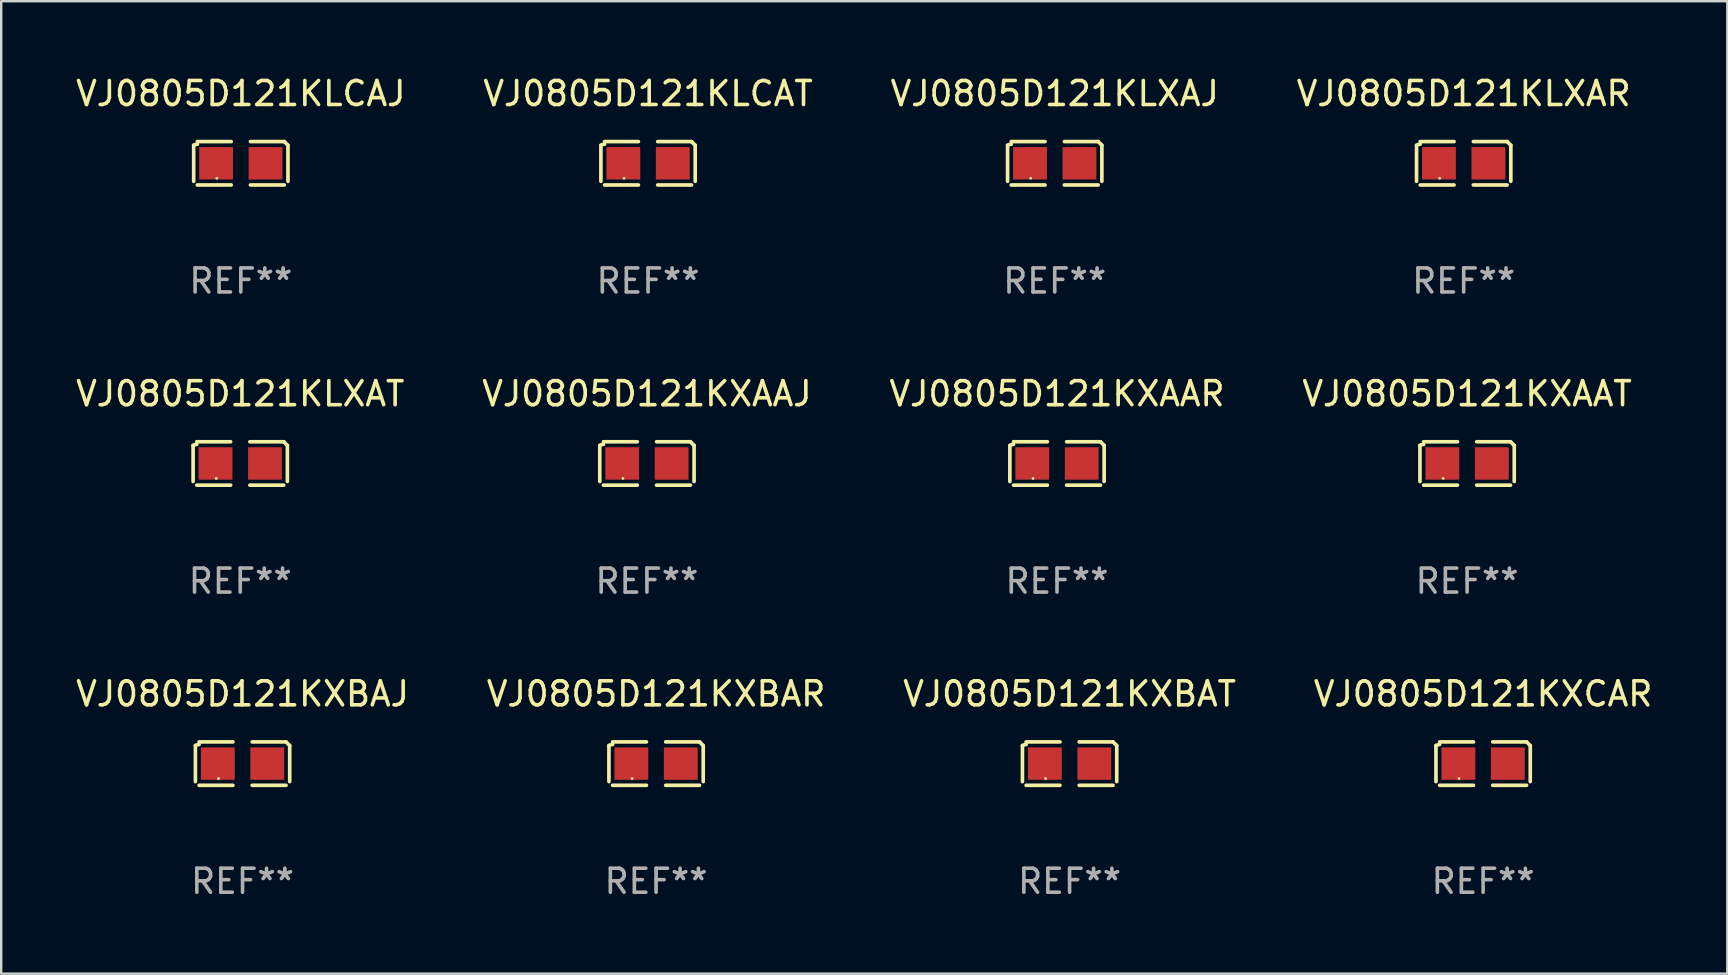
<source format=kicad_pcb>
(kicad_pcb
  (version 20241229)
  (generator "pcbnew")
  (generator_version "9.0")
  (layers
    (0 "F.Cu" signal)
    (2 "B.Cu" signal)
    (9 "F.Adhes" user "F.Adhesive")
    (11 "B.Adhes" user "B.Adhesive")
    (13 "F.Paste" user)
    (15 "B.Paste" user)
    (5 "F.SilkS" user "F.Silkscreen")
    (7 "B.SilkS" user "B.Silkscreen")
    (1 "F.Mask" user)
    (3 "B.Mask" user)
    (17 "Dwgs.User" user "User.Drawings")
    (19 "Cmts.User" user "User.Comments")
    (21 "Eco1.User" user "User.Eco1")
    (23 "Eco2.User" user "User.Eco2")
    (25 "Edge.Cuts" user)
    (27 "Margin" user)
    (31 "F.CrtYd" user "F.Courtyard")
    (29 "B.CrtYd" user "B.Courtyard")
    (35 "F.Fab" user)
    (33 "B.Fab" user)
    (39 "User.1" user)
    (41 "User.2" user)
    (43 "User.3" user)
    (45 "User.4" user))
  (footprint "VJ0805D121KXAAT"
    (layer "F.Cu")
    (at 58.065 16.256)
    (property "Reference" "VJ0805D121KXAAT" (at 0 -2.904 0) (layer "F.SilkS") (effects (font (size 1 1) (thickness 0.15))))
    (attr through_hole)
    (fp_line (start -1.964 0.751) (end -1.964 -0.751) (stroke (width 0.152) (type solid)) (layer "F.SilkS"))
    (fp_line (start -1.811 -0.904) (end -0.401 -0.904) (stroke (width 0.152) (type solid)) (layer "F.SilkS"))
    (fp_line (start -0.401 0.904) (end -1.811 0.904) (stroke (width 0.152) (type solid)) (layer "F.SilkS"))
    (fp_line (start 0.401 0.904) (end 1.811 0.904) (stroke (width 0.152) (type solid)) (layer "F.SilkS"))
    (fp_line (start 1.811 -0.904) (end 0.401 -0.904) (stroke (width 0.152) (type solid)) (layer "F.SilkS"))
    (fp_line (start 1.964 0.751) (end 1.964 -0.751) (stroke (width 0.152) (type solid)) (layer "F.SilkS"))
    (fp_arc (start -1.963602 -0.751207) (mid -1.890354 -0.783131) (end -1.811201 -0.794044) (stroke (width 0.1524) (type solid)) (layer "F.SilkS"))
    (fp_arc (start 1.811202 -0.903607) (mid 1.887413 -0.827418) (end 1.963602 -0.751207) (stroke (width 0.1524) (type solid)) (layer "F.SilkS"))
    (fp_circle (center -1 0.625) (end -0.97 0.625) (stroke (width 0.06) (type solid)) (fill no) (layer "F.SilkS"))
    (fp_text user "REF**" (at 0 4.904 0) (layer "F.Fab") (effects (font (size 1 1) (thickness 0.15))))
    (pad "1" smd rect (at -1.03 0) (size 1.41 1.35) (layers "F.Cu" "F.Mask" "F.Paste"))
    (pad "2" smd rect (at 1.03 0) (size 1.41 1.35) (layers "F.Cu" "F.Mask" "F.Paste")))
  (footprint "VJ0805D121KXCAR"
    (layer "F.Cu")
    (at 58.732 28.759)
    (property "Reference" "VJ0805D121KXCAR" (at 0 -2.904 0) (layer "F.SilkS") (effects (font (size 1 1) (thickness 0.15))))
    (attr through_hole)
    (fp_line (start -1.964 0.751) (end -1.964 -0.751) (stroke (width 0.152) (type solid)) (layer "F.SilkS"))
    (fp_line (start -1.811 -0.904) (end -0.401 -0.904) (stroke (width 0.152) (type solid)) (layer "F.SilkS"))
    (fp_line (start -0.401 0.904) (end -1.811 0.904) (stroke (width 0.152) (type solid)) (layer "F.SilkS"))
    (fp_line (start 0.401 0.904) (end 1.811 0.904) (stroke (width 0.152) (type solid)) (layer "F.SilkS"))
    (fp_line (start 1.811 -0.904) (end 0.401 -0.904) (stroke (width 0.152) (type solid)) (layer "F.SilkS"))
    (fp_line (start 1.964 0.751) (end 1.964 -0.751) (stroke (width 0.152) (type solid)) (layer "F.SilkS"))
    (fp_arc (start -1.963602 -0.751207) (mid -1.890354 -0.783131) (end -1.811201 -0.794044) (stroke (width 0.1524) (type solid)) (layer "F.SilkS"))
    (fp_arc (start 1.811202 -0.903607) (mid 1.887413 -0.827418) (end 1.963602 -0.751207) (stroke (width 0.1524) (type solid)) (layer "F.SilkS"))
    (fp_circle (center -1 0.625) (end -0.97 0.625) (stroke (width 0.06) (type solid)) (fill no) (layer "F.SilkS"))
    (fp_text user "REF**" (at 0 4.904 0) (layer "F.Fab") (effects (font (size 1 1) (thickness 0.15))))
    (pad "1" smd rect (at -1.03 0) (size 1.41 1.35) (layers "F.Cu" "F.Mask" "F.Paste"))
    (pad "2" smd rect (at 1.03 0) (size 1.41 1.35) (layers "F.Cu" "F.Mask" "F.Paste")))
  (footprint "VJ0805D121KLXAR"
    (layer "F.Cu")
    (at 57.923 3.752)
    (property "Reference" "VJ0805D121KLXAR" (at 0 -2.904 0) (layer "F.SilkS") (effects (font (size 1 1) (thickness 0.15))))
    (attr through_hole)
    (fp_line (start -1.964 0.751) (end -1.964 -0.751) (stroke (width 0.152) (type solid)) (layer "F.SilkS"))
    (fp_line (start -1.811 -0.904) (end -0.401 -0.904) (stroke (width 0.152) (type solid)) (layer "F.SilkS"))
    (fp_line (start -0.401 0.904) (end -1.811 0.904) (stroke (width 0.152) (type solid)) (layer "F.SilkS"))
    (fp_line (start 0.401 0.904) (end 1.811 0.904) (stroke (width 0.152) (type solid)) (layer "F.SilkS"))
    (fp_line (start 1.811 -0.904) (end 0.401 -0.904) (stroke (width 0.152) (type solid)) (layer "F.SilkS"))
    (fp_line (start 1.964 0.751) (end 1.964 -0.751) (stroke (width 0.152) (type solid)) (layer "F.SilkS"))
    (fp_arc (start -1.963602 -0.751207) (mid -1.890354 -0.783131) (end -1.811201 -0.794044) (stroke (width 0.1524) (type solid)) (layer "F.SilkS"))
    (fp_arc (start 1.811202 -0.903607) (mid 1.887413 -0.827418) (end 1.963602 -0.751207) (stroke (width 0.1524) (type solid)) (layer "F.SilkS"))
    (fp_circle (center -1 0.625) (end -0.97 0.625) (stroke (width 0.06) (type solid)) (fill no) (layer "F.SilkS"))
    (fp_text user "REF**" (at 0 4.904 0) (layer "F.Fab") (effects (font (size 1 1) (thickness 0.15))))
    (pad "1" smd rect (at -1.03 0) (size 1.41 1.35) (layers "F.Cu" "F.Mask" "F.Paste"))
    (pad "2" smd rect (at 1.03 0) (size 1.41 1.35) (layers "F.Cu" "F.Mask" "F.Paste")))
  (footprint "VJ0805D121KXBAR"
    (layer "F.Cu")
    (at 24.28 28.759)
    (property "Reference" "VJ0805D121KXBAR" (at 0 -2.904 0) (layer "F.SilkS") (effects (font (size 1 1) (thickness 0.15))))
    (attr through_hole)
    (fp_line (start -1.964 0.751) (end -1.964 -0.751) (stroke (width 0.152) (type solid)) (layer "F.SilkS"))
    (fp_line (start -1.811 -0.904) (end -0.401 -0.904) (stroke (width 0.152) (type solid)) (layer "F.SilkS"))
    (fp_line (start -0.401 0.904) (end -1.811 0.904) (stroke (width 0.152) (type solid)) (layer "F.SilkS"))
    (fp_line (start 0.401 0.904) (end 1.811 0.904) (stroke (width 0.152) (type solid)) (layer "F.SilkS"))
    (fp_line (start 1.811 -0.904) (end 0.401 -0.904) (stroke (width 0.152) (type solid)) (layer "F.SilkS"))
    (fp_line (start 1.964 0.751) (end 1.964 -0.751) (stroke (width 0.152) (type solid)) (layer "F.SilkS"))
    (fp_arc (start -1.963602 -0.751207) (mid -1.890354 -0.783131) (end -1.811201 -0.794044) (stroke (width 0.1524) (type solid)) (layer "F.SilkS"))
    (fp_arc (start 1.811202 -0.903607) (mid 1.887413 -0.827418) (end 1.963602 -0.751207) (stroke (width 0.1524) (type solid)) (layer "F.SilkS"))
    (fp_circle (center -1 0.625) (end -0.97 0.625) (stroke (width 0.06) (type solid)) (fill no) (layer "F.SilkS"))
    (fp_text user "REF**" (at 0 4.904 0) (layer "F.Fab") (effects (font (size 1 1) (thickness 0.15))))
    (pad "1" smd rect (at -1.03 0) (size 1.41 1.35) (layers "F.Cu" "F.Mask" "F.Paste"))
    (pad "2" smd rect (at 1.03 0) (size 1.41 1.35) (layers "F.Cu" "F.Mask" "F.Paste")))
  (footprint "VJ0805D121KXAAR"
    (layer "F.Cu")
    (at 40.982 16.256)
    (property "Reference" "VJ0805D121KXAAR" (at 0 -2.904 0) (layer "F.SilkS") (effects (font (size 1 1) (thickness 0.15))))
    (attr through_hole)
    (fp_line (start -1.964 0.751) (end -1.964 -0.751) (stroke (width 0.152) (type solid)) (layer "F.SilkS"))
    (fp_line (start -1.811 -0.904) (end -0.401 -0.904) (stroke (width 0.152) (type solid)) (layer "F.SilkS"))
    (fp_line (start -0.401 0.904) (end -1.811 0.904) (stroke (width 0.152) (type solid)) (layer "F.SilkS"))
    (fp_line (start 0.401 0.904) (end 1.811 0.904) (stroke (width 0.152) (type solid)) (layer "F.SilkS"))
    (fp_line (start 1.811 -0.904) (end 0.401 -0.904) (stroke (width 0.152) (type solid)) (layer "F.SilkS"))
    (fp_line (start 1.964 0.751) (end 1.964 -0.751) (stroke (width 0.152) (type solid)) (layer "F.SilkS"))
    (fp_arc (start -1.963602 -0.751207) (mid -1.890354 -0.783131) (end -1.811201 -0.794044) (stroke (width 0.1524) (type solid)) (layer "F.SilkS"))
    (fp_arc (start 1.811202 -0.903607) (mid 1.887413 -0.827418) (end 1.963602 -0.751207) (stroke (width 0.1524) (type solid)) (layer "F.SilkS"))
    (fp_circle (center -1 0.625) (end -0.97 0.625) (stroke (width 0.06) (type solid)) (fill no) (layer "F.SilkS"))
    (fp_text user "REF**" (at 0 4.904 0) (layer "F.Fab") (effects (font (size 1 1) (thickness 0.15))))
    (pad "1" smd rect (at -1.03 0) (size 1.41 1.35) (layers "F.Cu" "F.Mask" "F.Paste"))
    (pad "2" smd rect (at 1.03 0) (size 1.41 1.35) (layers "F.Cu" "F.Mask" "F.Paste")))
  (footprint "VJ0805D121KLCAJ"
    (layer "F.Cu")
    (at 6.982 3.752)
    (property "Reference" "VJ0805D121KLCAJ" (at 0 -2.904 0) (layer "F.SilkS") (effects (font (size 1 1) (thickness 0.15))))
    (attr through_hole)
    (fp_line (start -1.964 0.751) (end -1.964 -0.751) (stroke (width 0.152) (type solid)) (layer "F.SilkS"))
    (fp_line (start -1.811 -0.904) (end -0.401 -0.904) (stroke (width 0.152) (type solid)) (layer "F.SilkS"))
    (fp_line (start -0.401 0.904) (end -1.811 0.904) (stroke (width 0.152) (type solid)) (layer "F.SilkS"))
    (fp_line (start 0.401 0.904) (end 1.811 0.904) (stroke (width 0.152) (type solid)) (layer "F.SilkS"))
    (fp_line (start 1.811 -0.904) (end 0.401 -0.904) (stroke (width 0.152) (type solid)) (layer "F.SilkS"))
    (fp_line (start 1.964 0.751) (end 1.964 -0.751) (stroke (width 0.152) (type solid)) (layer "F.SilkS"))
    (fp_arc (start -1.963602 -0.751207) (mid -1.890354 -0.783131) (end -1.811201 -0.794044) (stroke (width 0.1524) (type solid)) (layer "F.SilkS"))
    (fp_arc (start 1.811202 -0.903607) (mid 1.887413 -0.827418) (end 1.963602 -0.751207) (stroke (width 0.1524) (type solid)) (layer "F.SilkS"))
    (fp_circle (center -1 0.625) (end -0.97 0.625) (stroke (width 0.06) (type solid)) (fill no) (layer "F.SilkS"))
    (fp_text user "REF**" (at 0 4.904 0) (layer "F.Fab") (effects (font (size 1 1) (thickness 0.15))))
    (pad "1" smd rect (at -1.03 0) (size 1.41 1.35) (layers "F.Cu" "F.Mask" "F.Paste"))
    (pad "2" smd rect (at 1.03 0) (size 1.41 1.35) (layers "F.Cu" "F.Mask" "F.Paste")))
  (footprint "VJ0805D121KLXAJ"
    (layer "F.Cu")
    (at 40.887 3.752)
    (property "Reference" "VJ0805D121KLXAJ" (at 0 -2.904 0) (layer "F.SilkS") (effects (font (size 1 1) (thickness 0.15))))
    (attr through_hole)
    (fp_line (start -1.964 0.751) (end -1.964 -0.751) (stroke (width 0.152) (type solid)) (layer "F.SilkS"))
    (fp_line (start -1.811 -0.904) (end -0.401 -0.904) (stroke (width 0.152) (type solid)) (layer "F.SilkS"))
    (fp_line (start -0.401 0.904) (end -1.811 0.904) (stroke (width 0.152) (type solid)) (layer "F.SilkS"))
    (fp_line (start 0.401 0.904) (end 1.811 0.904) (stroke (width 0.152) (type solid)) (layer "F.SilkS"))
    (fp_line (start 1.811 -0.904) (end 0.401 -0.904) (stroke (width 0.152) (type solid)) (layer "F.SilkS"))
    (fp_line (start 1.964 0.751) (end 1.964 -0.751) (stroke (width 0.152) (type solid)) (layer "F.SilkS"))
    (fp_arc (start -1.963602 -0.751207) (mid -1.890354 -0.783131) (end -1.811201 -0.794044) (stroke (width 0.1524) (type solid)) (layer "F.SilkS"))
    (fp_arc (start 1.811202 -0.903607) (mid 1.887413 -0.827418) (end 1.963602 -0.751207) (stroke (width 0.1524) (type solid)) (layer "F.SilkS"))
    (fp_circle (center -1 0.625) (end -0.97 0.625) (stroke (width 0.06) (type solid)) (fill no) (layer "F.SilkS"))
    (fp_text user "REF**" (at 0 4.904 0) (layer "F.Fab") (effects (font (size 1 1) (thickness 0.15))))
    (pad "1" smd rect (at -1.03 0) (size 1.41 1.35) (layers "F.Cu" "F.Mask" "F.Paste"))
    (pad "2" smd rect (at 1.03 0) (size 1.41 1.35) (layers "F.Cu" "F.Mask" "F.Paste")))
  (footprint "VJ0805D121KLXAT"
    (layer "F.Cu")
    (at 6.958 16.256)
    (property "Reference" "VJ0805D121KLXAT" (at 0 -2.904 0) (layer "F.SilkS") (effects (font (size 1 1) (thickness 0.15))))
    (attr through_hole)
    (fp_line (start -1.964 0.751) (end -1.964 -0.751) (stroke (width 0.152) (type solid)) (layer "F.SilkS"))
    (fp_line (start -1.811 -0.904) (end -0.401 -0.904) (stroke (width 0.152) (type solid)) (layer "F.SilkS"))
    (fp_line (start -0.401 0.904) (end -1.811 0.904) (stroke (width 0.152) (type solid)) (layer "F.SilkS"))
    (fp_line (start 0.401 0.904) (end 1.811 0.904) (stroke (width 0.152) (type solid)) (layer "F.SilkS"))
    (fp_line (start 1.811 -0.904) (end 0.401 -0.904) (stroke (width 0.152) (type solid)) (layer "F.SilkS"))
    (fp_line (start 1.964 0.751) (end 1.964 -0.751) (stroke (width 0.152) (type solid)) (layer "F.SilkS"))
    (fp_arc (start -1.963602 -0.751207) (mid -1.890354 -0.783131) (end -1.811201 -0.794044) (stroke (width 0.1524) (type solid)) (layer "F.SilkS"))
    (fp_arc (start 1.811202 -0.903607) (mid 1.887413 -0.827418) (end 1.963602 -0.751207) (stroke (width 0.1524) (type solid)) (layer "F.SilkS"))
    (fp_circle (center -1 0.625) (end -0.97 0.625) (stroke (width 0.06) (type solid)) (fill no) (layer "F.SilkS"))
    (fp_text user "REF**" (at 0 4.904 0) (layer "F.Fab") (effects (font (size 1 1) (thickness 0.15))))
    (pad "1" smd rect (at -1.03 0) (size 1.41 1.35) (layers "F.Cu" "F.Mask" "F.Paste"))
    (pad "2" smd rect (at 1.03 0) (size 1.41 1.35) (layers "F.Cu" "F.Mask" "F.Paste")))
  (footprint "VJ0805D121KXBAT"
    (layer "F.Cu")
    (at 41.506 28.759)
    (property "Reference" "VJ0805D121KXBAT" (at 0 -2.904 0) (layer "F.SilkS") (effects (font (size 1 1) (thickness 0.15))))
    (attr through_hole)
    (fp_line (start -1.964 0.751) (end -1.964 -0.751) (stroke (width 0.152) (type solid)) (layer "F.SilkS"))
    (fp_line (start -1.811 -0.904) (end -0.401 -0.904) (stroke (width 0.152) (type solid)) (layer "F.SilkS"))
    (fp_line (start -0.401 0.904) (end -1.811 0.904) (stroke (width 0.152) (type solid)) (layer "F.SilkS"))
    (fp_line (start 0.401 0.904) (end 1.811 0.904) (stroke (width 0.152) (type solid)) (layer "F.SilkS"))
    (fp_line (start 1.811 -0.904) (end 0.401 -0.904) (stroke (width 0.152) (type solid)) (layer "F.SilkS"))
    (fp_line (start 1.964 0.751) (end 1.964 -0.751) (stroke (width 0.152) (type solid)) (layer "F.SilkS"))
    (fp_arc (start -1.963602 -0.751207) (mid -1.890354 -0.783131) (end -1.811201 -0.794044) (stroke (width 0.1524) (type solid)) (layer "F.SilkS"))
    (fp_arc (start 1.811202 -0.903607) (mid 1.887413 -0.827418) (end 1.963602 -0.751207) (stroke (width 0.1524) (type solid)) (layer "F.SilkS"))
    (fp_circle (center -1 0.625) (end -0.97 0.625) (stroke (width 0.06) (type solid)) (fill no) (layer "F.SilkS"))
    (fp_text user "REF**" (at 0 4.904 0) (layer "F.Fab") (effects (font (size 1 1) (thickness 0.15))))
    (pad "1" smd rect (at -1.03 0) (size 1.41 1.35) (layers "F.Cu" "F.Mask" "F.Paste"))
    (pad "2" smd rect (at 1.03 0) (size 1.41 1.35) (layers "F.Cu" "F.Mask" "F.Paste")))
  (footprint "VJ0805D121KXBAJ"
    (layer "F.Cu")
    (at 7.054 28.759)
    (property "Reference" "VJ0805D121KXBAJ" (at 0 -2.904 0) (layer "F.SilkS") (effects (font (size 1 1) (thickness 0.15))))
    (attr through_hole)
    (fp_line (start -1.964 0.751) (end -1.964 -0.751) (stroke (width 0.152) (type solid)) (layer "F.SilkS"))
    (fp_line (start -1.811 -0.904) (end -0.401 -0.904) (stroke (width 0.152) (type solid)) (layer "F.SilkS"))
    (fp_line (start -0.401 0.904) (end -1.811 0.904) (stroke (width 0.152) (type solid)) (layer "F.SilkS"))
    (fp_line (start 0.401 0.904) (end 1.811 0.904) (stroke (width 0.152) (type solid)) (layer "F.SilkS"))
    (fp_line (start 1.811 -0.904) (end 0.401 -0.904) (stroke (width 0.152) (type solid)) (layer "F.SilkS"))
    (fp_line (start 1.964 0.751) (end 1.964 -0.751) (stroke (width 0.152) (type solid)) (layer "F.SilkS"))
    (fp_arc (start -1.963602 -0.751207) (mid -1.890354 -0.783131) (end -1.811201 -0.794044) (stroke (width 0.1524) (type solid)) (layer "F.SilkS"))
    (fp_arc (start 1.811202 -0.903607) (mid 1.887413 -0.827418) (end 1.963602 -0.751207) (stroke (width 0.1524) (type solid)) (layer "F.SilkS"))
    (fp_circle (center -1 0.625) (end -0.97 0.625) (stroke (width 0.06) (type solid)) (fill no) (layer "F.SilkS"))
    (fp_text user "REF**" (at 0 4.904 0) (layer "F.Fab") (effects (font (size 1 1) (thickness 0.15))))
    (pad "1" smd rect (at -1.03 0) (size 1.41 1.35) (layers "F.Cu" "F.Mask" "F.Paste"))
    (pad "2" smd rect (at 1.03 0) (size 1.41 1.35) (layers "F.Cu" "F.Mask" "F.Paste")))
  (footprint "VJ0805D121KXAAJ"
    (layer "F.Cu")
    (at 23.899 16.256)
    (property "Reference" "VJ0805D121KXAAJ" (at 0 -2.904 0) (layer "F.SilkS") (effects (font (size 1 1) (thickness 0.15))))
    (attr through_hole)
    (fp_line (start -1.964 0.751) (end -1.964 -0.751) (stroke (width 0.152) (type solid)) (layer "F.SilkS"))
    (fp_line (start -1.811 -0.904) (end -0.401 -0.904) (stroke (width 0.152) (type solid)) (layer "F.SilkS"))
    (fp_line (start -0.401 0.904) (end -1.811 0.904) (stroke (width 0.152) (type solid)) (layer "F.SilkS"))
    (fp_line (start 0.401 0.904) (end 1.811 0.904) (stroke (width 0.152) (type solid)) (layer "F.SilkS"))
    (fp_line (start 1.811 -0.904) (end 0.401 -0.904) (stroke (width 0.152) (type solid)) (layer "F.SilkS"))
    (fp_line (start 1.964 0.751) (end 1.964 -0.751) (stroke (width 0.152) (type solid)) (layer "F.SilkS"))
    (fp_arc (start -1.963602 -0.751207) (mid -1.890354 -0.783131) (end -1.811201 -0.794044) (stroke (width 0.1524) (type solid)) (layer "F.SilkS"))
    (fp_arc (start 1.811202 -0.903607) (mid 1.887413 -0.827418) (end 1.963602 -0.751207) (stroke (width 0.1524) (type solid)) (layer "F.SilkS"))
    (fp_circle (center -1 0.625) (end -0.97 0.625) (stroke (width 0.06) (type solid)) (fill no) (layer "F.SilkS"))
    (fp_text user "REF**" (at 0 4.904 0) (layer "F.Fab") (effects (font (size 1 1) (thickness 0.15))))
    (pad "1" smd rect (at -1.03 0) (size 1.41 1.35) (layers "F.Cu" "F.Mask" "F.Paste"))
    (pad "2" smd rect (at 1.03 0) (size 1.41 1.35) (layers "F.Cu" "F.Mask" "F.Paste")))
  (footprint "VJ0805D121KLCAT"
    (layer "F.Cu")
    (at 23.946 3.752)
    (property "Reference" "VJ0805D121KLCAT" (at 0 -2.904 0) (layer "F.SilkS") (effects (font (size 1 1) (thickness 0.15))))
    (attr through_hole)
    (fp_line (start -1.964 0.751) (end -1.964 -0.751) (stroke (width 0.152) (type solid)) (layer "F.SilkS"))
    (fp_line (start -1.811 -0.904) (end -0.401 -0.904) (stroke (width 0.152) (type solid)) (layer "F.SilkS"))
    (fp_line (start -0.401 0.904) (end -1.811 0.904) (stroke (width 0.152) (type solid)) (layer "F.SilkS"))
    (fp_line (start 0.401 0.904) (end 1.811 0.904) (stroke (width 0.152) (type solid)) (layer "F.SilkS"))
    (fp_line (start 1.811 -0.904) (end 0.401 -0.904) (stroke (width 0.152) (type solid)) (layer "F.SilkS"))
    (fp_line (start 1.964 0.751) (end 1.964 -0.751) (stroke (width 0.152) (type solid)) (layer "F.SilkS"))
    (fp_arc (start -1.963602 -0.751207) (mid -1.890354 -0.783131) (end -1.811201 -0.794044) (stroke (width 0.1524) (type solid)) (layer "F.SilkS"))
    (fp_arc (start 1.811202 -0.903607) (mid 1.887413 -0.827418) (end 1.963602 -0.751207) (stroke (width 0.1524) (type solid)) (layer "F.SilkS"))
    (fp_circle (center -1 0.625) (end -0.97 0.625) (stroke (width 0.06) (type solid)) (fill no) (layer "F.SilkS"))
    (fp_text user "REF**" (at 0 4.904 0) (layer "F.Fab") (effects (font (size 1 1) (thickness 0.15))))
    (pad "1" smd rect (at -1.03 0) (size 1.41 1.35) (layers "F.Cu" "F.Mask" "F.Paste"))
    (pad "2" smd rect (at 1.03 0) (size 1.41 1.35) (layers "F.Cu" "F.Mask" "F.Paste")))
  (gr_rect
    (start -3 -3)
    (end 68.905 37.511)
    (stroke (width 0.1) (type default))
    (fill no)
    (layer "Edge.Cuts")))
</source>
